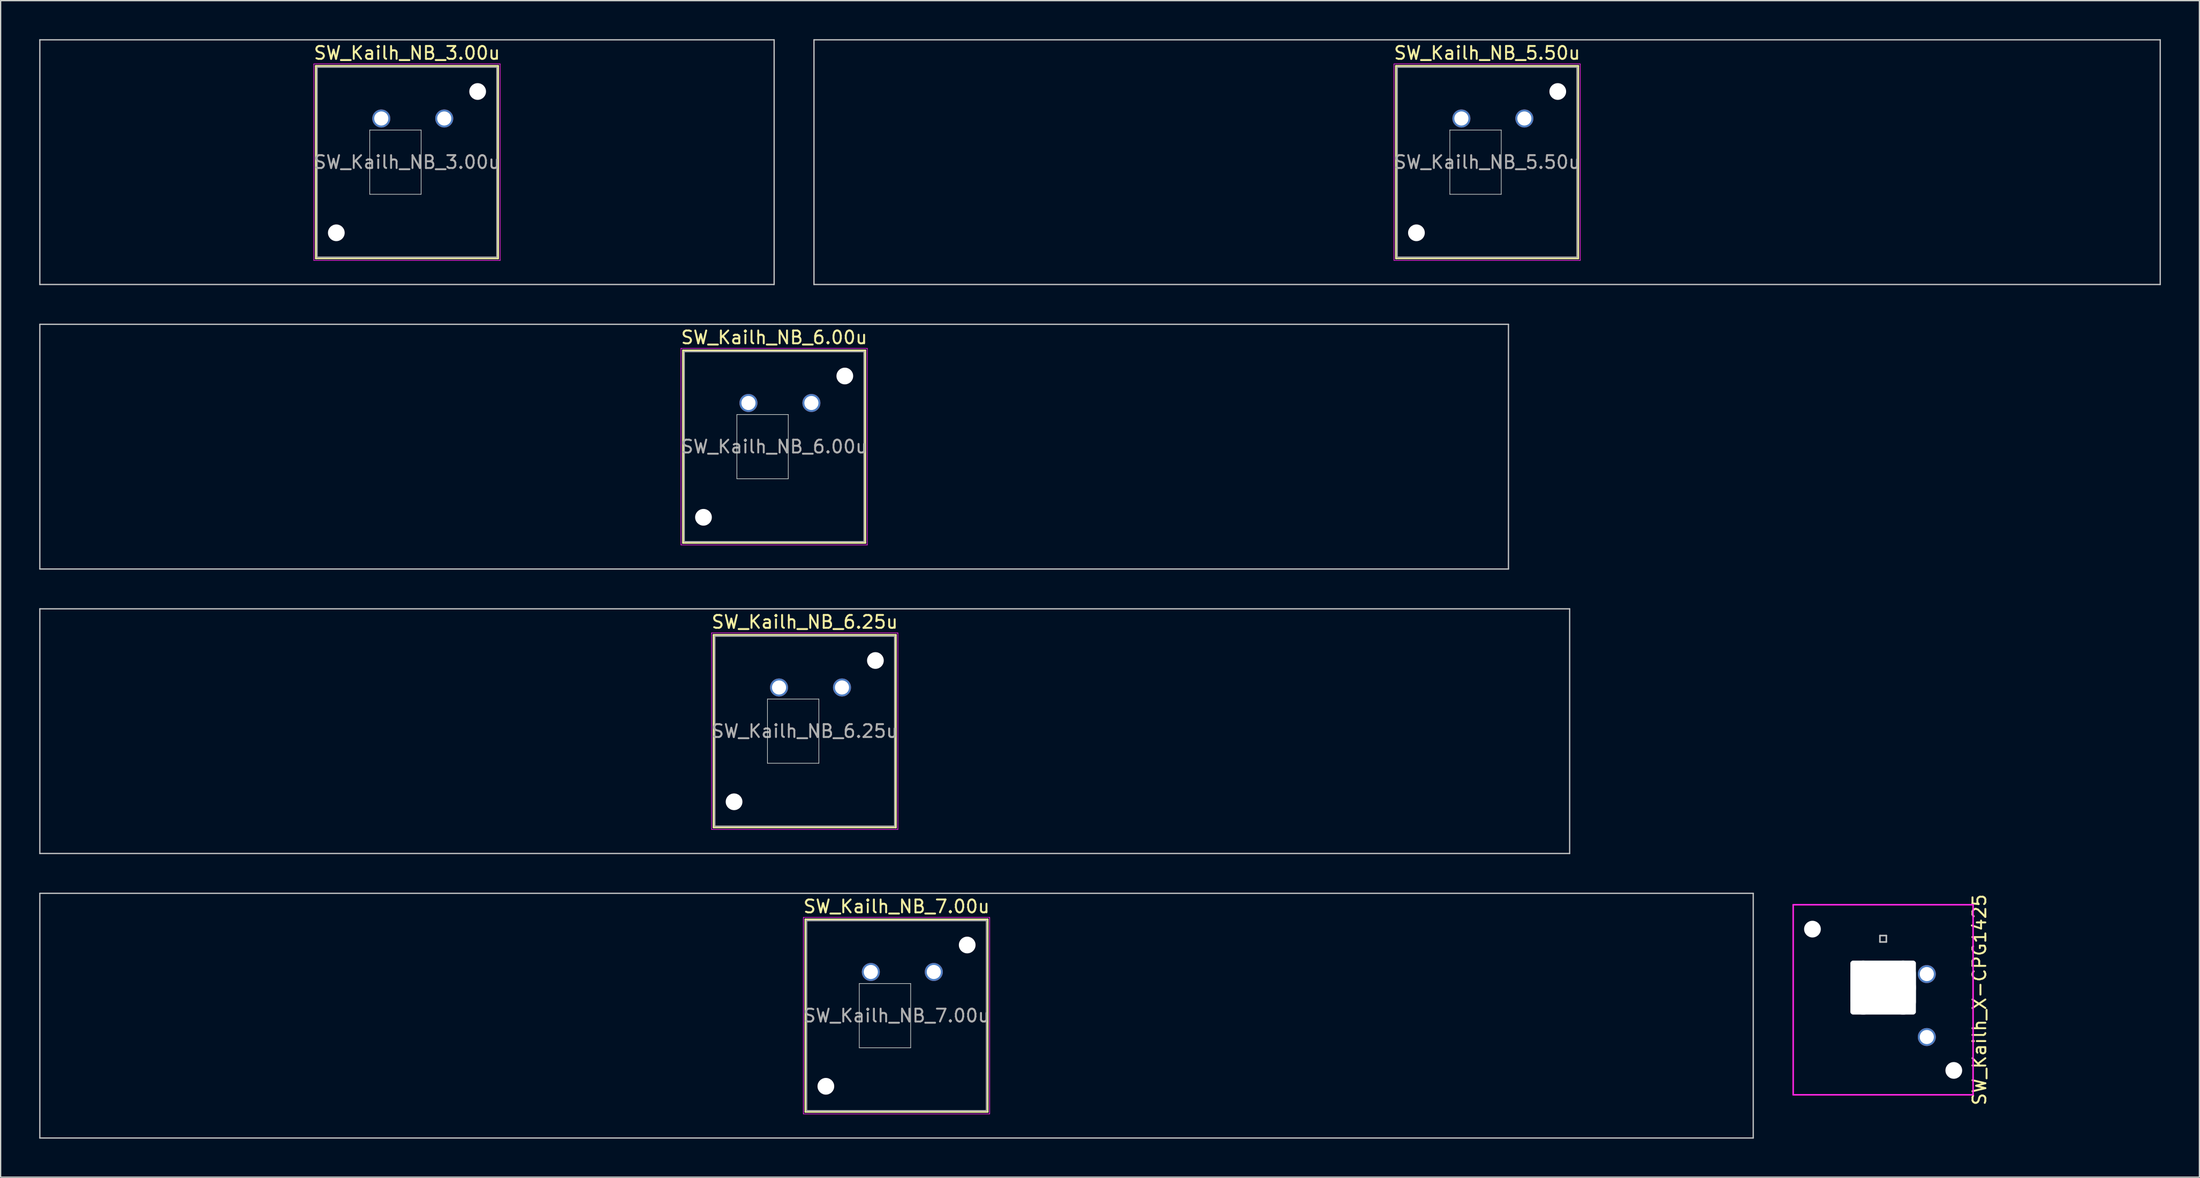
<source format=kicad_pcb>
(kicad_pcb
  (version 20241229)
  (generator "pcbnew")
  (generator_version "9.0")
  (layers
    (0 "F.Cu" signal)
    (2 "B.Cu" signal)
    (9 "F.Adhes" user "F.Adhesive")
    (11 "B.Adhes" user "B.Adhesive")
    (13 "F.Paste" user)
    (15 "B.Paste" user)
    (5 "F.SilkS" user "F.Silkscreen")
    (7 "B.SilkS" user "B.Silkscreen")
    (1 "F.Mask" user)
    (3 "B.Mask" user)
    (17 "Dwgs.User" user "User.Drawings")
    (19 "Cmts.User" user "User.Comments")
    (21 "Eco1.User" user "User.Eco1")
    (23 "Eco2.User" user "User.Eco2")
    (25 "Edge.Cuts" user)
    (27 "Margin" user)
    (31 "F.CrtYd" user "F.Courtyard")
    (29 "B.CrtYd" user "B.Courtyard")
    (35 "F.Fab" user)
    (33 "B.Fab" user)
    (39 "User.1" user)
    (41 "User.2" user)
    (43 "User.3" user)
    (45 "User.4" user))
  (footprint "SW_Kailh_NB_5.50u"
    (layer "F.Cu")
    (at 112.688 9.575)
    (property "Reference" "SW_Kailh_NB_5.50u" (at 0 -8.5 0) (layer "F.SilkS") (effects (font (size 1 1) (thickness 0.15))))
    (attr through_hole)
    (fp_line (start -7.1 -7.5) (end -7.1 7.5) (stroke (width 0.12) (type solid)) (layer "F.SilkS"))
    (fp_line (start -7.1 7.5) (end 7.1 7.5) (stroke (width 0.12) (type solid)) (layer "F.SilkS"))
    (fp_line (start 7.1 -7.5) (end -7.1 -7.5) (stroke (width 0.12) (type solid)) (layer "F.SilkS"))
    (fp_line (start 7.1 7.5) (end 7.1 -7.5) (stroke (width 0.12) (type solid)) (layer "F.SilkS"))
    (fp_line (start -52.388 -9.525) (end -52.388 9.525) (stroke (width 0.1) (type solid)) (layer "Dwgs.User"))
    (fp_line (start -52.388 9.525) (end 52.388 9.525) (stroke (width 0.1) (type solid)) (layer "Dwgs.User"))
    (fp_line (start 52.388 -9.525) (end -52.388 -9.525) (stroke (width 0.1) (type solid)) (layer "Dwgs.User"))
    (fp_line (start 52.388 9.525) (end 52.388 -9.525) (stroke (width 0.1) (type solid)) (layer "Dwgs.User"))
    (fp_line (start -8 -8) (end -8 8) (stroke (width 0.1) (type solid)) (layer "Eco1.User"))
    (fp_line (start -8 8) (end 8 8) (stroke (width 0.1) (type solid)) (layer "Eco1.User"))
    (fp_line (start 8 -8) (end -8 -8) (stroke (width 0.1) (type solid)) (layer "Eco1.User"))
    (fp_line (start 8 8) (end 8 -8) (stroke (width 0.1) (type solid)) (layer "Eco1.User"))
    (fp_line (start -2.9 -2.5) (end 1.1 -2.5) (stroke (width 0.05) (type solid)) (layer "Edge.Cuts"))
    (fp_line (start -2.9 2.5) (end -2.9 -2.5) (stroke (width 0.05) (type solid)) (layer "Edge.Cuts"))
    (fp_line (start 1.1 -2.5) (end 1.1 2.5) (stroke (width 0.05) (type solid)) (layer "Edge.Cuts"))
    (fp_line (start 1.1 2.5) (end -2.9 2.5) (stroke (width 0.05) (type solid)) (layer "Edge.Cuts"))
    (fp_line (start -7.25 -7.65) (end -7.25 7.65) (stroke (width 0.05) (type solid)) (layer "F.CrtYd"))
    (fp_line (start -7.25 7.65) (end 7.25 7.65) (stroke (width 0.05) (type solid)) (layer "F.CrtYd"))
    (fp_line (start 7.25 -7.65) (end -7.25 -7.65) (stroke (width 0.05) (type solid)) (layer "F.CrtYd"))
    (fp_line (start 7.25 7.65) (end 7.25 -7.65) (stroke (width 0.05) (type solid)) (layer "F.CrtYd"))
    (fp_line (start -7 -7.4) (end -7 7.4) (stroke (width 0.1) (type solid)) (layer "F.Fab"))
    (fp_line (start -7 7.4) (end 7 7.4) (stroke (width 0.1) (type solid)) (layer "F.Fab"))
    (fp_line (start 7 -7.4) (end -7 -7.4) (stroke (width 0.1) (type solid)) (layer "F.Fab"))
    (fp_line (start 7 7.4) (end 7 -7.4) (stroke (width 0.1) (type solid)) (layer "F.Fab"))
    (fp_text user "${REFERENCE}" (at 0 0 0) (layer "F.Fab") (effects (font (size 1 1) (thickness 0.15))))
    (pad "" np_thru_hole circle (at -5.5 5.5) (size 1.3 1.3) (drill 1.3) (layers "*.Cu" "*.Mask"))
    (pad "" np_thru_hole circle (at 5.5 -5.5) (size 1.3 1.3) (drill 1.3) (layers "*.Cu" "*.Mask"))
    (pad "1" thru_hole circle (at -2 -3.4) (size 1.4 1.4) (drill 1.1) (layers "*.Cu" "*.Mask"))
    (pad "2" thru_hole circle (at 2.9 -3.4) (size 1.4 1.4) (drill 1.1) (layers "*.Cu" "*.Mask")))
  (footprint "SW_Kailh_NB_3.00u"
    (layer "F.Cu")
    (at 28.625 9.575)
    (property "Reference" "SW_Kailh_NB_3.00u" (at 0 -8.5 0) (layer "F.SilkS") (effects (font (size 1 1) (thickness 0.15))))
    (attr through_hole)
    (fp_line (start -7.1 -7.5) (end -7.1 7.5) (stroke (width 0.12) (type solid)) (layer "F.SilkS"))
    (fp_line (start -7.1 7.5) (end 7.1 7.5) (stroke (width 0.12) (type solid)) (layer "F.SilkS"))
    (fp_line (start 7.1 -7.5) (end -7.1 -7.5) (stroke (width 0.12) (type solid)) (layer "F.SilkS"))
    (fp_line (start 7.1 7.5) (end 7.1 -7.5) (stroke (width 0.12) (type solid)) (layer "F.SilkS"))
    (fp_line (start -28.575 -9.525) (end -28.575 9.525) (stroke (width 0.1) (type solid)) (layer "Dwgs.User"))
    (fp_line (start -28.575 9.525) (end 28.575 9.525) (stroke (width 0.1) (type solid)) (layer "Dwgs.User"))
    (fp_line (start 28.575 -9.525) (end -28.575 -9.525) (stroke (width 0.1) (type solid)) (layer "Dwgs.User"))
    (fp_line (start 28.575 9.525) (end 28.575 -9.525) (stroke (width 0.1) (type solid)) (layer "Dwgs.User"))
    (fp_line (start -2.9 -2.5) (end 1.1 -2.5) (stroke (width 0.05) (type solid)) (layer "Edge.Cuts"))
    (fp_line (start -2.9 2.5) (end -2.9 -2.5) (stroke (width 0.05) (type solid)) (layer "Edge.Cuts"))
    (fp_line (start 1.1 -2.5) (end 1.1 2.5) (stroke (width 0.05) (type solid)) (layer "Edge.Cuts"))
    (fp_line (start 1.1 2.5) (end -2.9 2.5) (stroke (width 0.05) (type solid)) (layer "Edge.Cuts"))
    (fp_line (start -7.25 -7.65) (end -7.25 7.65) (stroke (width 0.05) (type solid)) (layer "F.CrtYd"))
    (fp_line (start -7.25 7.65) (end 7.25 7.65) (stroke (width 0.05) (type solid)) (layer "F.CrtYd"))
    (fp_line (start 7.25 -7.65) (end -7.25 -7.65) (stroke (width 0.05) (type solid)) (layer "F.CrtYd"))
    (fp_line (start 7.25 7.65) (end 7.25 -7.65) (stroke (width 0.05) (type solid)) (layer "F.CrtYd"))
    (fp_line (start -7 -7.4) (end -7 7.4) (stroke (width 0.1) (type solid)) (layer "F.Fab"))
    (fp_line (start -7 7.4) (end 7 7.4) (stroke (width 0.1) (type solid)) (layer "F.Fab"))
    (fp_line (start 7 -7.4) (end -7 -7.4) (stroke (width 0.1) (type solid)) (layer "F.Fab"))
    (fp_line (start 7 7.4) (end 7 -7.4) (stroke (width 0.1) (type solid)) (layer "F.Fab"))
    (fp_text user "${REFERENCE}" (at 0 0 0) (layer "F.Fab") (effects (font (size 1 1) (thickness 0.15))))
    (pad "" np_thru_hole circle (at -5.5 5.5) (size 1.3 1.3) (drill 1.3) (layers "*.Cu" "*.Mask"))
    (pad "" np_thru_hole circle (at 5.5 -5.5) (size 1.3 1.3) (drill 1.3) (layers "*.Cu" "*.Mask"))
    (pad "1" thru_hole circle (at -2 -3.4) (size 1.4 1.4) (drill 1.1) (layers "*.Cu" "B.Mask"))
    (pad "2" thru_hole circle (at 2.9 -3.4) (size 1.4 1.4) (drill 1.1) (layers "*.Cu" "B.Mask")))
  (footprint "SW_Kailh_NB_6.25u"
    (layer "F.Cu")
    (at 59.581 53.875)
    (property "Reference" "SW_Kailh_NB_6.25u" (at 0 -8.5 0) (layer "F.SilkS") (effects (font (size 1 1) (thickness 0.15))))
    (attr through_hole)
    (fp_line (start -7.1 -7.5) (end -7.1 7.5) (stroke (width 0.12) (type solid)) (layer "F.SilkS"))
    (fp_line (start -7.1 7.5) (end 7.1 7.5) (stroke (width 0.12) (type solid)) (layer "F.SilkS"))
    (fp_line (start 7.1 -7.5) (end -7.1 -7.5) (stroke (width 0.12) (type solid)) (layer "F.SilkS"))
    (fp_line (start 7.1 7.5) (end 7.1 -7.5) (stroke (width 0.12) (type solid)) (layer "F.SilkS"))
    (fp_line (start -59.531 -9.525) (end -59.531 9.525) (stroke (width 0.1) (type solid)) (layer "Dwgs.User"))
    (fp_line (start -59.531 9.525) (end 59.531 9.525) (stroke (width 0.1) (type solid)) (layer "Dwgs.User"))
    (fp_line (start 59.531 -9.525) (end -59.531 -9.525) (stroke (width 0.1) (type solid)) (layer "Dwgs.User"))
    (fp_line (start 59.531 9.525) (end 59.531 -9.525) (stroke (width 0.1) (type solid)) (layer "Dwgs.User"))
    (fp_line (start -8 -8) (end -8 8) (stroke (width 0.1) (type solid)) (layer "Eco1.User"))
    (fp_line (start -8 8) (end 8 8) (stroke (width 0.1) (type solid)) (layer "Eco1.User"))
    (fp_line (start 8 -8) (end -8 -8) (stroke (width 0.1) (type solid)) (layer "Eco1.User"))
    (fp_line (start 8 8) (end 8 -8) (stroke (width 0.1) (type solid)) (layer "Eco1.User"))
    (fp_line (start -2.9 -2.5) (end 1.1 -2.5) (stroke (width 0.05) (type solid)) (layer "Edge.Cuts"))
    (fp_line (start -2.9 2.5) (end -2.9 -2.5) (stroke (width 0.05) (type solid)) (layer "Edge.Cuts"))
    (fp_line (start 1.1 -2.5) (end 1.1 2.5) (stroke (width 0.05) (type solid)) (layer "Edge.Cuts"))
    (fp_line (start 1.1 2.5) (end -2.9 2.5) (stroke (width 0.05) (type solid)) (layer "Edge.Cuts"))
    (fp_line (start -7.25 -7.65) (end -7.25 7.65) (stroke (width 0.05) (type solid)) (layer "F.CrtYd"))
    (fp_line (start -7.25 7.65) (end 7.25 7.65) (stroke (width 0.05) (type solid)) (layer "F.CrtYd"))
    (fp_line (start 7.25 -7.65) (end -7.25 -7.65) (stroke (width 0.05) (type solid)) (layer "F.CrtYd"))
    (fp_line (start 7.25 7.65) (end 7.25 -7.65) (stroke (width 0.05) (type solid)) (layer "F.CrtYd"))
    (fp_line (start -7 -7.4) (end -7 7.4) (stroke (width 0.1) (type solid)) (layer "F.Fab"))
    (fp_line (start -7 7.4) (end 7 7.4) (stroke (width 0.1) (type solid)) (layer "F.Fab"))
    (fp_line (start 7 -7.4) (end -7 -7.4) (stroke (width 0.1) (type solid)) (layer "F.Fab"))
    (fp_line (start 7 7.4) (end 7 -7.4) (stroke (width 0.1) (type solid)) (layer "F.Fab"))
    (fp_text user "${REFERENCE}" (at 0 0 0) (layer "F.Fab") (effects (font (size 1 1) (thickness 0.15))))
    (pad "" np_thru_hole circle (at -5.5 5.5) (size 1.3 1.3) (drill 1.3) (layers "*.Cu" "*.Mask"))
    (pad "" np_thru_hole circle (at 5.5 -5.5) (size 1.3 1.3) (drill 1.3) (layers "*.Cu" "*.Mask"))
    (pad "1" thru_hole circle (at -2 -3.4) (size 1.4 1.4) (drill 1.1) (layers "*.Cu" "*.Mask"))
    (pad "2" thru_hole circle (at 2.9 -3.4) (size 1.4 1.4) (drill 1.1) (layers "*.Cu" "*.Mask")))
  (footprint "SW_Kailh_NB_7.00u"
    (layer "F.Cu")
    (at 66.725 76.025)
    (property "Reference" "SW_Kailh_NB_7.00u" (at 0 -8.5 0) (layer "F.SilkS") (effects (font (size 1 1) (thickness 0.15))))
    (attr through_hole)
    (fp_line (start -7.1 -7.5) (end -7.1 7.5) (stroke (width 0.12) (type solid)) (layer "F.SilkS"))
    (fp_line (start -7.1 7.5) (end 7.1 7.5) (stroke (width 0.12) (type solid)) (layer "F.SilkS"))
    (fp_line (start 7.1 -7.5) (end -7.1 -7.5) (stroke (width 0.12) (type solid)) (layer "F.SilkS"))
    (fp_line (start 7.1 7.5) (end 7.1 -7.5) (stroke (width 0.12) (type solid)) (layer "F.SilkS"))
    (fp_line (start -66.675 -9.525) (end -66.675 9.525) (stroke (width 0.1) (type solid)) (layer "Dwgs.User"))
    (fp_line (start -66.675 9.525) (end 66.675 9.525) (stroke (width 0.1) (type solid)) (layer "Dwgs.User"))
    (fp_line (start 66.675 -9.525) (end -66.675 -9.525) (stroke (width 0.1) (type solid)) (layer "Dwgs.User"))
    (fp_line (start 66.675 9.525) (end 66.675 -9.525) (stroke (width 0.1) (type solid)) (layer "Dwgs.User"))
    (fp_line (start -2.9 -2.5) (end 1.1 -2.5) (stroke (width 0.05) (type solid)) (layer "Edge.Cuts"))
    (fp_line (start -2.9 2.5) (end -2.9 -2.5) (stroke (width 0.05) (type solid)) (layer "Edge.Cuts"))
    (fp_line (start 1.1 -2.5) (end 1.1 2.5) (stroke (width 0.05) (type solid)) (layer "Edge.Cuts"))
    (fp_line (start 1.1 2.5) (end -2.9 2.5) (stroke (width 0.05) (type solid)) (layer "Edge.Cuts"))
    (fp_line (start -7.25 -7.65) (end -7.25 7.65) (stroke (width 0.05) (type solid)) (layer "F.CrtYd"))
    (fp_line (start -7.25 7.65) (end 7.25 7.65) (stroke (width 0.05) (type solid)) (layer "F.CrtYd"))
    (fp_line (start 7.25 -7.65) (end -7.25 -7.65) (stroke (width 0.05) (type solid)) (layer "F.CrtYd"))
    (fp_line (start 7.25 7.65) (end 7.25 -7.65) (stroke (width 0.05) (type solid)) (layer "F.CrtYd"))
    (fp_line (start -7 -7.4) (end -7 7.4) (stroke (width 0.1) (type solid)) (layer "F.Fab"))
    (fp_line (start -7 7.4) (end 7 7.4) (stroke (width 0.1) (type solid)) (layer "F.Fab"))
    (fp_line (start 7 -7.4) (end -7 -7.4) (stroke (width 0.1) (type solid)) (layer "F.Fab"))
    (fp_line (start 7 7.4) (end 7 -7.4) (stroke (width 0.1) (type solid)) (layer "F.Fab"))
    (fp_text user "${REFERENCE}" (at 0 0 0) (layer "F.Fab") (effects (font (size 1 1) (thickness 0.15))))
    (pad "" np_thru_hole circle (at -5.5 5.5) (size 1.3 1.3) (drill 1.3) (layers "*.Cu" "*.Mask"))
    (pad "" np_thru_hole circle (at 5.5 -5.5) (size 1.3 1.3) (drill 1.3) (layers "*.Cu" "*.Mask"))
    (pad "1" thru_hole circle (at -2 -3.4) (size 1.4 1.4) (drill 1.1) (layers "*.Cu" "B.Mask"))
    (pad "2" thru_hole circle (at 2.9 -3.4) (size 1.4 1.4) (drill 1.1) (layers "*.Cu" "B.Mask")))
  (footprint "SW_Kailh_X-CPG1425"
    (layer "F.Cu")
    (at 143.51 74.789)
    (property "Reference" "SW_Kailh_X-CPG1425" (at 7.5 0 90) (layer "F.SilkS") (effects (font (size 1 1) (thickness 0.15))))
    (attr smd)
    (fp_line (start -0.25 -5) (end 0.25 -5) (stroke (width 0.12) (type solid)) (layer "Dwgs.User"))
    (fp_line (start -0.25 -4.5) (end -0.25 -5) (stroke (width 0.12) (type solid)) (layer "Dwgs.User"))
    (fp_line (start 0.25 -5) (end 0.25 -4.5) (stroke (width 0.12) (type solid)) (layer "Dwgs.User"))
    (fp_line (start 0.25 -4.5) (end -0.25 -4.5) (stroke (width 0.12) (type solid)) (layer "Dwgs.User"))
    (fp_line (start -2.5 -3) (end 2.5 -3) (stroke (width 0.12) (type solid)) (layer "Eco2.User"))
    (fp_line (start -2.5 1.1) (end -2.5 -3) (stroke (width 0.12) (type solid)) (layer "Eco2.User"))
    (fp_line (start 2.5 -3) (end 2.5 1.1) (stroke (width 0.12) (type solid)) (layer "Eco2.User"))
    (fp_line (start 2.5 1.1) (end -2.5 1.1) (stroke (width 0.12) (type solid)) (layer "Eco2.User"))
    (fp_line (start -7 -7.4) (end -7 7.4) (stroke (width 0.12) (type solid)) (layer "F.CrtYd"))
    (fp_line (start -7 7.4) (end 7 7.4) (stroke (width 0.12) (type solid)) (layer "F.CrtYd"))
    (fp_line (start 7 -7.4) (end -7 -7.4) (stroke (width 0.12) (type solid)) (layer "F.CrtYd"))
    (fp_line (start 7 7.4) (end 7 -7.4) (stroke (width 0.12) (type solid)) (layer "F.CrtYd"))
    (pad "" np_thru_hole circle (at -5.5 -5.5 90) (size 1.3 1.3) (drill 1.3) (layers "*.Cu" "*.Mask"))
    (pad "" np_thru_hole oval (at -2.4 -0.95 90) (size 4.1 0.3) (drill oval 4.1 0.3) (layers "*.Cu" "*.Mask"))
    (pad "" np_thru_hole oval (at -1.55 -0.95 90) (size 4.2 2) (drill oval 4.2 2) (layers "*.Cu" "*.Mask"))
    (pad "" np_thru_hole oval (at 0 -2.9 90) (size 0.3 5) (drill oval 0.3 5) (layers "*.Cu" "*.Mask"))
    (pad "" np_thru_hole oval (at 0 -0.95 90) (size 4.1 5.1) (drill oval 4.1 5.1) (layers "*.Cu" "*.Mask"))
    (pad "" np_thru_hole oval (at 0 1 90) (size 0.3 5) (drill oval 0.3 5) (layers "*.Cu" "*.Mask"))
    (pad "" np_thru_hole oval (at 1.55 -0.95 90) (size 4.2 2) (drill oval 4.2 2) (layers "*.Cu" "*.Mask"))
    (pad "" np_thru_hole oval (at 2.4 -0.95 90) (size 4.1 0.3) (drill oval 4.1 0.3) (layers "*.Cu" "*.Mask"))
    (pad "" np_thru_hole circle (at 5.5 5.5 90) (size 1.3 1.3) (drill 1.3) (layers "*.Cu" "*.Mask"))
    (pad "1" thru_hole circle (at 3.4 -2 270) (size 1.4 1.4) (drill 1.1) (layers "*.Cu" "*.Mask"))
    (pad "2" thru_hole circle (at 3.4 2.9 270) (size 1.4 1.4) (drill 1.1) (layers "*.Cu" "*.Mask")))
  (footprint "SW_Kailh_NB_6.00u"
    (layer "F.Cu")
    (at 57.2 31.725)
    (property "Reference" "SW_Kailh_NB_6.00u" (at 0 -8.5 0) (layer "F.SilkS") (effects (font (size 1 1) (thickness 0.15))))
    (attr through_hole)
    (fp_line (start -7.1 -7.5) (end -7.1 7.5) (stroke (width 0.12) (type solid)) (layer "F.SilkS"))
    (fp_line (start -7.1 7.5) (end 7.1 7.5) (stroke (width 0.12) (type solid)) (layer "F.SilkS"))
    (fp_line (start 7.1 -7.5) (end -7.1 -7.5) (stroke (width 0.12) (type solid)) (layer "F.SilkS"))
    (fp_line (start 7.1 7.5) (end 7.1 -7.5) (stroke (width 0.12) (type solid)) (layer "F.SilkS"))
    (fp_line (start -57.15 -9.525) (end -57.15 9.525) (stroke (width 0.1) (type solid)) (layer "Dwgs.User"))
    (fp_line (start -57.15 9.525) (end 57.15 9.525) (stroke (width 0.1) (type solid)) (layer "Dwgs.User"))
    (fp_line (start 57.15 -9.525) (end -57.15 -9.525) (stroke (width 0.1) (type solid)) (layer "Dwgs.User"))
    (fp_line (start 57.15 9.525) (end 57.15 -9.525) (stroke (width 0.1) (type solid)) (layer "Dwgs.User"))
    (fp_line (start -8 -8) (end -8 8) (stroke (width 0.1) (type solid)) (layer "Eco1.User"))
    (fp_line (start -8 8) (end 8 8) (stroke (width 0.1) (type solid)) (layer "Eco1.User"))
    (fp_line (start 8 -8) (end -8 -8) (stroke (width 0.1) (type solid)) (layer "Eco1.User"))
    (fp_line (start 8 8) (end 8 -8) (stroke (width 0.1) (type solid)) (layer "Eco1.User"))
    (fp_line (start -2.9 -2.5) (end 1.1 -2.5) (stroke (width 0.05) (type solid)) (layer "Edge.Cuts"))
    (fp_line (start -2.9 2.5) (end -2.9 -2.5) (stroke (width 0.05) (type solid)) (layer "Edge.Cuts"))
    (fp_line (start 1.1 -2.5) (end 1.1 2.5) (stroke (width 0.05) (type solid)) (layer "Edge.Cuts"))
    (fp_line (start 1.1 2.5) (end -2.9 2.5) (stroke (width 0.05) (type solid)) (layer "Edge.Cuts"))
    (fp_line (start -7.25 -7.65) (end -7.25 7.65) (stroke (width 0.05) (type solid)) (layer "F.CrtYd"))
    (fp_line (start -7.25 7.65) (end 7.25 7.65) (stroke (width 0.05) (type solid)) (layer "F.CrtYd"))
    (fp_line (start 7.25 -7.65) (end -7.25 -7.65) (stroke (width 0.05) (type solid)) (layer "F.CrtYd"))
    (fp_line (start 7.25 7.65) (end 7.25 -7.65) (stroke (width 0.05) (type solid)) (layer "F.CrtYd"))
    (fp_line (start -7 -7.4) (end -7 7.4) (stroke (width 0.1) (type solid)) (layer "F.Fab"))
    (fp_line (start -7 7.4) (end 7 7.4) (stroke (width 0.1) (type solid)) (layer "F.Fab"))
    (fp_line (start 7 -7.4) (end -7 -7.4) (stroke (width 0.1) (type solid)) (layer "F.Fab"))
    (fp_line (start 7 7.4) (end 7 -7.4) (stroke (width 0.1) (type solid)) (layer "F.Fab"))
    (fp_text user "${REFERENCE}" (at 0 0 0) (layer "F.Fab") (effects (font (size 1 1) (thickness 0.15))))
    (pad "" np_thru_hole circle (at -5.5 5.5) (size 1.3 1.3) (drill 1.3) (layers "*.Cu" "*.Mask"))
    (pad "" np_thru_hole circle (at 5.5 -5.5) (size 1.3 1.3) (drill 1.3) (layers "*.Cu" "*.Mask"))
    (pad "1" thru_hole circle (at -2 -3.4) (size 1.4 1.4) (drill 1.1) (layers "*.Cu" "*.Mask"))
    (pad "2" thru_hole circle (at 2.9 -3.4) (size 1.4 1.4) (drill 1.1) (layers "*.Cu" "*.Mask")))
  (gr_rect
    (start -3 -3)
    (end 168.125 88.6)
    (stroke (width 0.1) (type default))
    (fill no)
    (layer "Edge.Cuts")))
</source>
